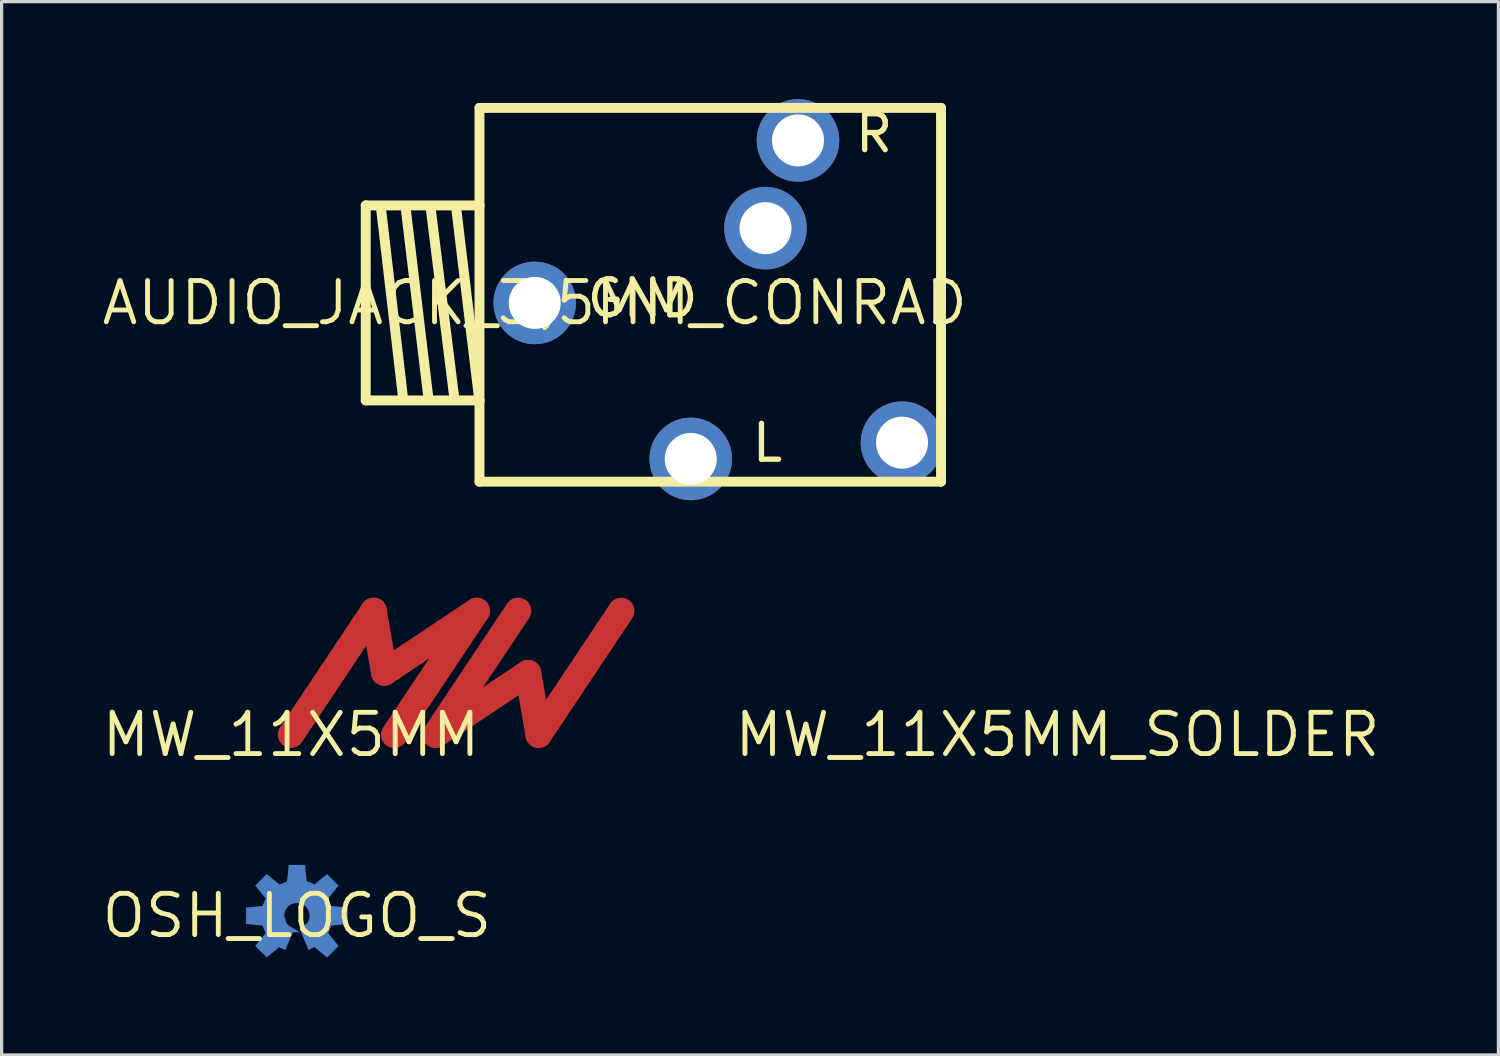
<source format=kicad_pcb>
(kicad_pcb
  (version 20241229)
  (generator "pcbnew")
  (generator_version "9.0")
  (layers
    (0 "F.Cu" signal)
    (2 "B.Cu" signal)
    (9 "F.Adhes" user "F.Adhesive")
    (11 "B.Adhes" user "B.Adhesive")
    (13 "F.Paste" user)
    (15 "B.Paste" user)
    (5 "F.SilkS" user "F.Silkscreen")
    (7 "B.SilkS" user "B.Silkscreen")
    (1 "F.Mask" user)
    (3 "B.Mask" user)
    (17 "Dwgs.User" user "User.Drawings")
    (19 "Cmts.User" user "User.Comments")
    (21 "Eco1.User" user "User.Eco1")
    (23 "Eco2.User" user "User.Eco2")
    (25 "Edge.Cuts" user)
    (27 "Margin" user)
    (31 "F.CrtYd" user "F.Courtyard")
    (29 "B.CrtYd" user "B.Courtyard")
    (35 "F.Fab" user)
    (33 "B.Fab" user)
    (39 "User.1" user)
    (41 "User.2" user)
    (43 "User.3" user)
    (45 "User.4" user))
  (footprint "OSH_LOGO_S"
    (layer "F.Cu")
    (at 6.085 25.126)
    (property "Reference" "OSH_LOGO_S" (at 0 0 0) (layer "F.SilkS") (effects (font (size 1.27 1.27) (thickness 0.15))))
    (attr through_hole)
    (fp_poly (pts (xy 0.302 -1.061) (xy 0.423 -1.022) (xy 0.537 -0.964) (xy 0.929 -1.283) (xy 1.283 -0.929) (xy 0.961 -0.534) (xy 1.057 -0.302) (xy 1.564 -0.251) (xy 1.564 0.251) (xy 1.057 0.302) (xy 0.961 0.534) (xy 1.283 0.929) (xy 0.929 1.283) (xy 0.537 0.964) (xy 0.357 1.057) (xy 0.089 0.41) (xy 0.326 0.218) (xy 0.374 0.121) (xy 0.393 0.01) (xy 0.379 -0.102) (xy 0.335 -0.205) (xy 0.263 -0.292) (xy 0.169 -0.355) (xy 0.061 -0.388) (xy -0.051 -0.389) (xy -0.16 -0.359) (xy -0.255 -0.299) (xy -0.33 -0.214) (xy -0.377 -0.112) (xy -0.392 -0.006) (xy -0.323 0.223) (xy -0.249 0.304) (xy 0.092 0.508) (xy -0.129 0.508) (xy -0.355 1.054) (xy -0.507 0.984) (xy -0.539 0.965) (xy -0.929 1.283) (xy -1.283 0.929) (xy -0.961 0.534) (xy -1.057 0.302) (xy -1.564 0.251) (xy -1.564 -0.251) (xy -1.057 -0.302) (xy -0.961 -0.534) (xy -1.283 -0.929) (xy -0.929 -1.283) (xy -0.534 -0.961) (xy -0.302 -1.057) (xy -0.251 -1.564) (xy 0.251 -1.564)) (stroke (width 0) (type solid)) (fill yes) (layer "B.Cu"))
    (fp_poly (pts (xy 0.302 -1.061) (xy 0.423 -1.022) (xy 0.537 -0.964) (xy 0.929 -1.283) (xy 1.283 -0.929) (xy 0.961 -0.534) (xy 1.057 -0.302) (xy 1.564 -0.251) (xy 1.564 0.251) (xy 1.057 0.302) (xy 0.961 0.534) (xy 1.283 0.929) (xy 0.929 1.283) (xy 0.537 0.964) (xy 0.357 1.057) (xy 0.089 0.41) (xy 0.326 0.218) (xy 0.374 0.121) (xy 0.393 0.01) (xy 0.379 -0.102) (xy 0.335 -0.205) (xy 0.263 -0.292) (xy 0.169 -0.355) (xy 0.061 -0.388) (xy -0.051 -0.389) (xy -0.16 -0.359) (xy -0.255 -0.299) (xy -0.33 -0.214) (xy -0.377 -0.112) (xy -0.392 -0.006) (xy -0.323 0.223) (xy -0.249 0.304) (xy 0.092 0.508) (xy -0.129 0.508) (xy -0.355 1.054) (xy -0.507 0.984) (xy -0.539 0.965) (xy -0.929 1.283) (xy -1.283 0.929) (xy -0.961 0.534) (xy -1.057 0.302) (xy -1.564 0.251) (xy -1.564 -0.251) (xy -1.057 -0.302) (xy -0.961 -0.534) (xy -1.283 -0.929) (xy -0.929 -1.283) (xy -0.534 -0.961) (xy -0.302 -1.057) (xy -0.251 -1.564) (xy 0.251 -1.564)) (stroke (width 0) (type solid)) (fill yes) (layer "B.Mask"))
    (fp_poly (pts (xy 0.302 -1.061) (xy 0.423 -1.022) (xy 0.537 -0.964) (xy 0.929 -1.283) (xy 1.283 -0.929) (xy 0.961 -0.534) (xy 1.057 -0.302) (xy 1.564 -0.251) (xy 1.564 0.251) (xy 1.057 0.302) (xy 0.961 0.534) (xy 1.283 0.929) (xy 0.929 1.283) (xy 0.537 0.964) (xy 0.357 1.057) (xy 0.089 0.41) (xy 0.326 0.218) (xy 0.374 0.121) (xy 0.393 0.01) (xy 0.379 -0.102) (xy 0.335 -0.205) (xy 0.263 -0.292) (xy 0.169 -0.355) (xy 0.061 -0.388) (xy -0.051 -0.389) (xy -0.16 -0.359) (xy -0.255 -0.299) (xy -0.33 -0.214) (xy -0.377 -0.112) (xy -0.392 -0.006) (xy -0.323 0.223) (xy -0.249 0.304) (xy 0.092 0.508) (xy -0.129 0.508) (xy -0.355 1.054) (xy -0.507 0.984) (xy -0.539 0.965) (xy -0.929 1.283) (xy -1.283 0.929) (xy -0.961 0.534) (xy -1.057 0.302) (xy -1.564 0.251) (xy -1.564 -0.251) (xy -1.057 -0.302) (xy -0.961 -0.534) (xy -1.283 -0.929) (xy -0.929 -1.283) (xy -0.534 -0.961) (xy -0.302 -1.057) (xy -0.251 -1.564) (xy 0.251 -1.564)) (stroke (width 0) (type solid)) (fill yes) (layer "B.Mask")))
  (footprint "MW_11X5MM_SOLDER"
    (layer "F.Cu")
    (at 29.486 19.556)
    (property "Reference" "MW_11X5MM_SOLDER" (at 0 0 0) (layer "F.SilkS") (effects (font (size 1.27 1.27) (thickness 0.15))))
    (attr through_hole)
    (fp_line (start 0 0) (end 2.54 -3.81) (stroke (width 0.813) (type solid)) (layer "F.Mask"))
    (fp_line (start 2.868 -1.913) (end 2.54 -3.81) (stroke (width 0.813) (type solid)) (layer "F.Mask"))
    (fp_line (start 3.175 0) (end 5.715 -3.81) (stroke (width 0.813) (type solid)) (layer "F.Mask"))
    (fp_line (start 4.445 0) (end 7.292 -1.897) (stroke (width 0.813) (type solid)) (layer "F.Mask"))
    (fp_line (start 5.715 -3.81) (end 2.868 -1.913) (stroke (width 0.813) (type solid)) (layer "F.Mask"))
    (fp_line (start 6.985 -3.81) (end 4.445 0) (stroke (width 0.813) (type solid)) (layer "F.Mask"))
    (fp_line (start 7.292 -1.897) (end 7.62 0) (stroke (width 0.813) (type solid)) (layer "F.Mask"))
    (fp_line (start 10.16 -3.81) (end 7.62 0) (stroke (width 0.813) (type solid)) (layer "F.Mask")))
  (footprint "AUDIO_JACK_3,5MM_CONRAD"
    (layer "F.Cu")
    (at 13.403 6.27)
    (property "Reference" "AUDIO_JACK_3,5MM_CONRAD" (at 0 0 0) (layer "F.SilkS") (effects (font (size 1.27 1.27) (thickness 0.15))))
    (attr through_hole)
    (fp_line (start -5.2 -3) (end -5.2 3) (stroke (width 0.305) (type solid)) (layer "F.SilkS"))
    (fp_line (start -5.2 3) (end -1.7 3) (stroke (width 0.305) (type solid)) (layer "F.SilkS"))
    (fp_line (start -4.725 -2.867) (end -4.063 2.832) (stroke (width 0.305) (type solid)) (layer "F.SilkS"))
    (fp_line (start -3.964 -2.858) (end -3.278 2.882) (stroke (width 0.305) (type solid)) (layer "F.SilkS"))
    (fp_line (start -3.195 -2.858) (end -2.485 2.848) (stroke (width 0.305) (type solid)) (layer "F.SilkS"))
    (fp_line (start -2.411 -2.865) (end -1.725 2.848) (stroke (width 0.305) (type solid)) (layer "F.SilkS"))
    (fp_line (start -1.7 -6) (end -1.7 -3) (stroke (width 0.305) (type solid)) (layer "F.SilkS"))
    (fp_line (start -1.7 -3) (end -5.2 -3) (stroke (width 0.305) (type solid)) (layer "F.SilkS"))
    (fp_line (start -1.7 -3) (end -1.7 3) (stroke (width 0.305) (type solid)) (layer "F.SilkS"))
    (fp_line (start -1.7 3) (end -1.7 5.5) (stroke (width 0.305) (type solid)) (layer "F.SilkS"))
    (fp_line (start -1.7 5.5) (end 12.5 5.5) (stroke (width 0.305) (type solid)) (layer "F.SilkS"))
    (fp_line (start 12.5 -6) (end -1.7 -6) (stroke (width 0.305) (type solid)) (layer "F.SilkS"))
    (fp_line (start 12.5 5.5) (end 12.5 -6) (stroke (width 0.305) (type solid)) (layer "F.SilkS"))
    (fp_text user "L" (at 6.604 4.953 0) (layer "F.SilkS") (effects (font (size 1.105 1.105) (thickness 0.165)) (justify left bottom)))
    (fp_text user "R" (at 9.779 -4.572 0) (layer "F.SilkS") (effects (font (size 1.105 1.105) (thickness 0.165)) (justify left bottom)))
    (fp_text user "GND" (at 1.524 0.508 0) (layer "F.SilkS") (effects (font (size 1.105 1.105) (thickness 0.165)) (justify left bottom)))
    (pad "P_GND" thru_hole circle (at 0 0) (size 2.54 2.54) (drill 1.6) (layers "*.Cu" "*.Mask"))
    (pad "P_G_L" thru_hole circle (at 11.3 4.3) (size 2.54 2.54) (drill 1.6) (layers "*.Cu" "*.Mask"))
    (pad "P_G_R" thru_hole circle (at 7.1 -2.3) (size 2.54 2.54) (drill 1.6) (layers "*.Cu" "*.Mask"))
    (pad "P_LEFT" thru_hole circle (at 4.8 4.8) (size 2.54 2.54) (drill 1.6) (layers "*.Cu" "*.Mask"))
    (pad "P_RIGHT" thru_hole circle (at 8.1 -5) (size 2.54 2.54) (drill 1.6) (layers "*.Cu" "*.Mask")))
  (footprint "MW_11X5MM"
    (layer "F.Cu")
    (at 5.904 19.556)
    (property "Reference" "MW_11X5MM" (at 0 0 0) (layer "F.SilkS") (effects (font (size 1.27 1.27) (thickness 0.15))))
    (attr through_hole)
    (fp_line (start 0 0) (end 2.54 -3.81) (stroke (width 0.813) (type solid)) (layer "F.Cu"))
    (fp_line (start 2.868 -1.913) (end 2.54 -3.81) (stroke (width 0.813) (type solid)) (layer "F.Cu"))
    (fp_line (start 3.175 0) (end 5.715 -3.81) (stroke (width 0.813) (type solid)) (layer "F.Cu"))
    (fp_line (start 4.445 0) (end 7.292 -1.897) (stroke (width 0.813) (type solid)) (layer "F.Cu"))
    (fp_line (start 5.715 -3.81) (end 2.868 -1.913) (stroke (width 0.813) (type solid)) (layer "F.Cu"))
    (fp_line (start 6.985 -3.81) (end 4.445 0) (stroke (width 0.813) (type solid)) (layer "F.Cu"))
    (fp_line (start 7.292 -1.897) (end 7.62 0) (stroke (width 0.813) (type solid)) (layer "F.Cu"))
    (fp_line (start 10.16 -3.81) (end 7.62 0) (stroke (width 0.813) (type solid)) (layer "F.Cu")))
  (gr_rect
    (start -3 -3)
    (end 43.053 29.409)
    (stroke (width 0.1) (type default))
    (fill no)
    (layer "Edge.Cuts")))
</source>
